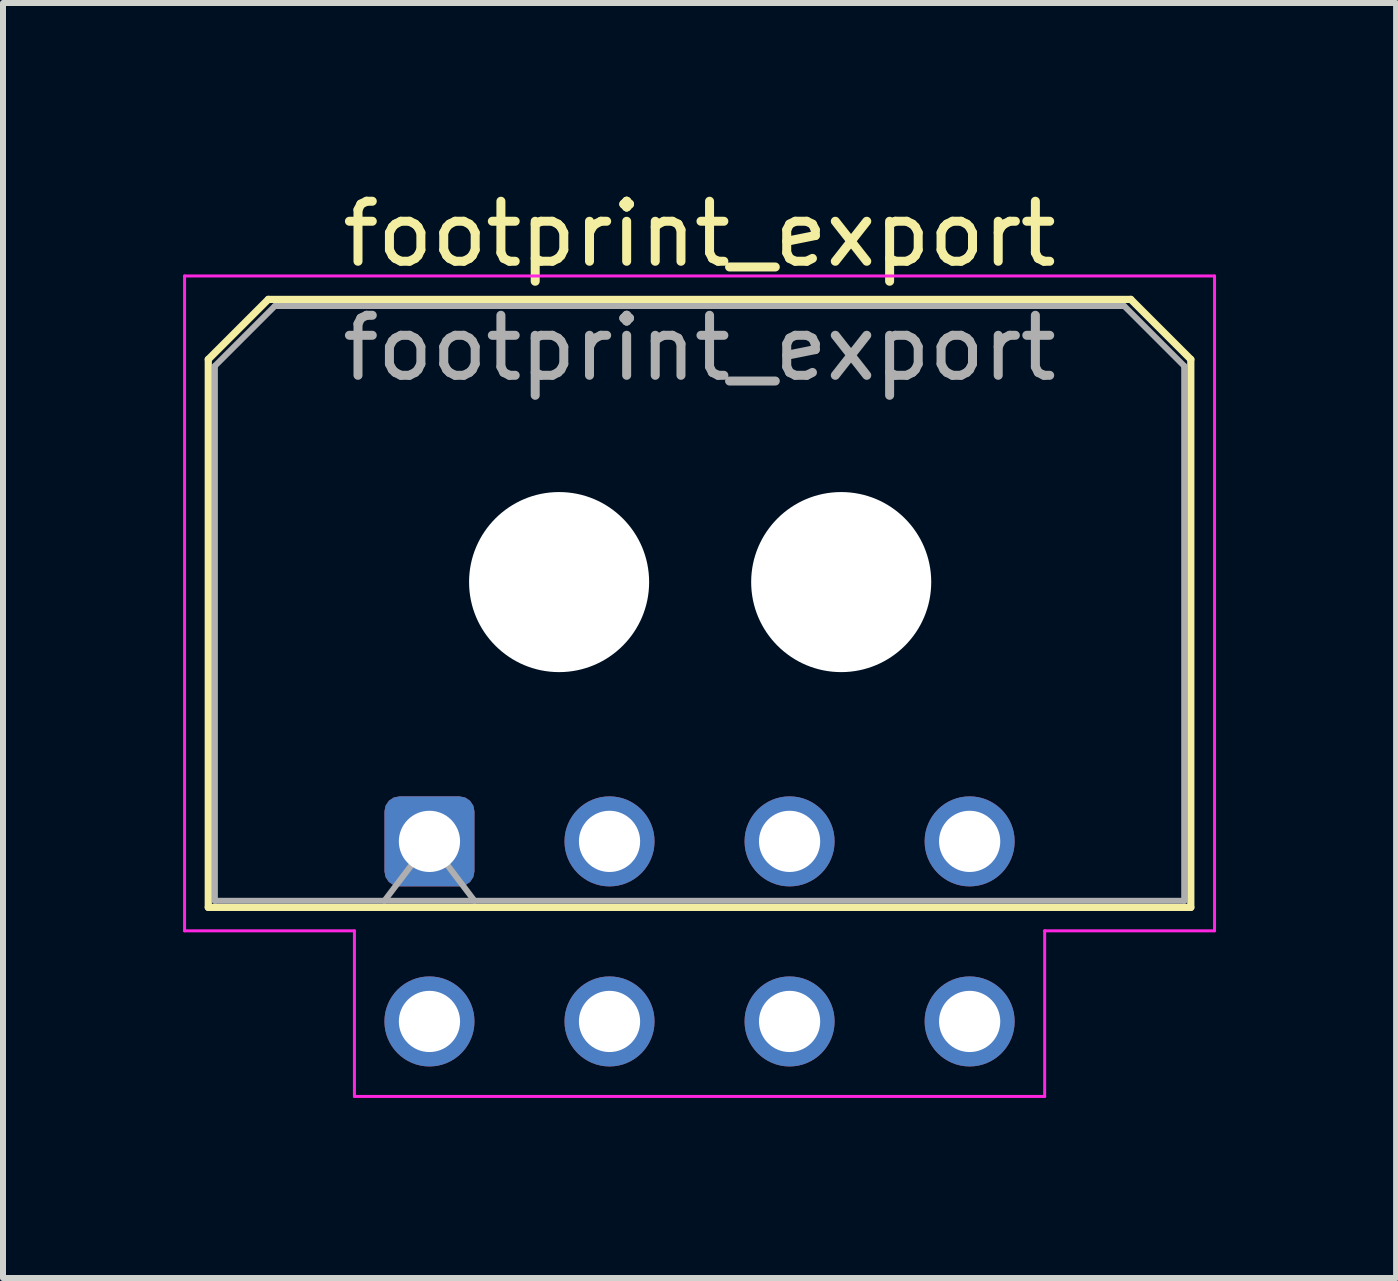
<source format=kicad_pcb>
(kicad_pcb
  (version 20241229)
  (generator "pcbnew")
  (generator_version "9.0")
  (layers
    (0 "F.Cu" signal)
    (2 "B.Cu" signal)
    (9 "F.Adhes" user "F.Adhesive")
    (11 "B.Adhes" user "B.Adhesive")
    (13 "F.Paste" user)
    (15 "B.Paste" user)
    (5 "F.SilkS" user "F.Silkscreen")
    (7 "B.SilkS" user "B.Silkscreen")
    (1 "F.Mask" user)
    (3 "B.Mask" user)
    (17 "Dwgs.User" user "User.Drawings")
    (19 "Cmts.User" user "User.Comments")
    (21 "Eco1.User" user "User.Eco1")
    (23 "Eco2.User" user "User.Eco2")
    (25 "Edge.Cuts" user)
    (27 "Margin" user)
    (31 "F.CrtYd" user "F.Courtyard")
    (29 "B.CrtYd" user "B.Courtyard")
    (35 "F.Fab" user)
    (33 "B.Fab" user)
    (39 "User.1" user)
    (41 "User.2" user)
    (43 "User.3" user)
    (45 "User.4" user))
  (footprint "footprint_export"
    (layer "F.Cu")
    (at 4.105 10.968)
    (property "Reference" "footprint_export" (at 4.5 -10.12 0) (layer "F.SilkS") (effects (font (size 1 1) (thickness 0.15))))
    (attr through_hole)
    (fp_line (start -3.685 -8.03) (end -2.685 -9.03) (stroke (width 0.12) (type solid)) (layer "F.SilkS"))
    (fp_line (start -3.685 1.1) (end -3.685 -8.03) (stroke (width 0.12) (type solid)) (layer "F.SilkS"))
    (fp_line (start -2.685 -9.03) (end 11.685 -9.03) (stroke (width 0.12) (type solid)) (layer "F.SilkS"))
    (fp_line (start 11.685 -9.03) (end 12.685 -8.03) (stroke (width 0.12) (type solid)) (layer "F.SilkS"))
    (fp_line (start 12.685 -8.03) (end 12.685 1.1) (stroke (width 0.12) (type solid)) (layer "F.SilkS"))
    (fp_line (start 12.685 1.1) (end -3.685 1.1) (stroke (width 0.12) (type solid)) (layer "F.SilkS"))
    (fp_line (start -4.08 -9.42) (end 13.08 -9.42) (stroke (width 0.05) (type solid)) (layer "F.CrtYd"))
    (fp_line (start -4.08 1.49) (end -4.08 -9.42) (stroke (width 0.05) (type solid)) (layer "F.CrtYd"))
    (fp_line (start -1.25 1.49) (end -4.08 1.49) (stroke (width 0.05) (type solid)) (layer "F.CrtYd"))
    (fp_line (start -1.25 4.25) (end -1.25 1.49) (stroke (width 0.05) (type solid)) (layer "F.CrtYd"))
    (fp_line (start 10.25 1.49) (end 10.25 4.25) (stroke (width 0.05) (type solid)) (layer "F.CrtYd"))
    (fp_line (start 10.25 4.25) (end -1.25 4.25) (stroke (width 0.05) (type solid)) (layer "F.CrtYd"))
    (fp_line (start 13.08 -9.42) (end 13.08 1.49) (stroke (width 0.05) (type solid)) (layer "F.CrtYd"))
    (fp_line (start 13.08 1.49) (end 10.25 1.49) (stroke (width 0.05) (type solid)) (layer "F.CrtYd"))
    (fp_line (start -3.575 -7.92) (end -2.575 -8.92) (stroke (width 0.1) (type solid)) (layer "F.Fab"))
    (fp_line (start -3.575 0.99) (end -3.575 -7.92) (stroke (width 0.1) (type solid)) (layer "F.Fab"))
    (fp_line (start -2.575 -8.92) (end 11.575 -8.92) (stroke (width 0.1) (type solid)) (layer "F.Fab"))
    (fp_line (start -0.75 0.99) (end 0 0) (stroke (width 0.1) (type solid)) (layer "F.Fab"))
    (fp_line (start 0 0) (end 0.75 0.99) (stroke (width 0.1) (type solid)) (layer "F.Fab"))
    (fp_line (start 11.575 -8.92) (end 12.575 -7.92) (stroke (width 0.1) (type solid)) (layer "F.Fab"))
    (fp_line (start 12.575 -7.92) (end 12.575 0.99) (stroke (width 0.1) (type solid)) (layer "F.Fab"))
    (fp_line (start 12.575 0.99) (end -3.575 0.99) (stroke (width 0.1) (type solid)) (layer "F.Fab"))
    (fp_text user "${REFERENCE}" (at 4.5 -8.22 0) (layer "F.Fab") (effects (font (size 1 1) (thickness 0.15))))
    (pad "" np_thru_hole circle (at 2.16 -4.32) (size 3 3) (drill 3) (layers "*.Cu" "*.Mask"))
    (pad "" np_thru_hole circle (at 6.86 -4.32) (size 3 3) (drill 3) (layers "*.Cu" "*.Mask"))
    (pad "1" thru_hole roundrect (at 0 0) (size 1.5 1.5) (drill 1.02) (layers "*.Cu" "*.Mask") (roundrect_rratio 0.167))
    (pad "2" thru_hole circle (at 3 0) (size 1.5 1.5) (drill 1.02) (layers "*.Cu" "*.Mask"))
    (pad "3" thru_hole circle (at 6 0) (size 1.5 1.5) (drill 1.02) (layers "*.Cu" "*.Mask"))
    (pad "4" thru_hole circle (at 9 0) (size 1.5 1.5) (drill 1.02) (layers "*.Cu" "*.Mask"))
    (pad "5" thru_hole circle (at 0 3) (size 1.5 1.5) (drill 1.02) (layers "*.Cu" "*.Mask"))
    (pad "6" thru_hole circle (at 3 3) (size 1.5 1.5) (drill 1.02) (layers "*.Cu" "*.Mask"))
    (pad "7" thru_hole circle (at 6 3) (size 1.5 1.5) (drill 1.02) (layers "*.Cu" "*.Mask"))
    (pad "8" thru_hole circle (at 9 3) (size 1.5 1.5) (drill 1.02) (layers "*.Cu" "*.Mask")))
  (gr_rect
    (start -3 -3)
    (end 20.21 18.243)
    (stroke (width 0.1) (type default))
    (fill no)
    (layer "Edge.Cuts")))
</source>
